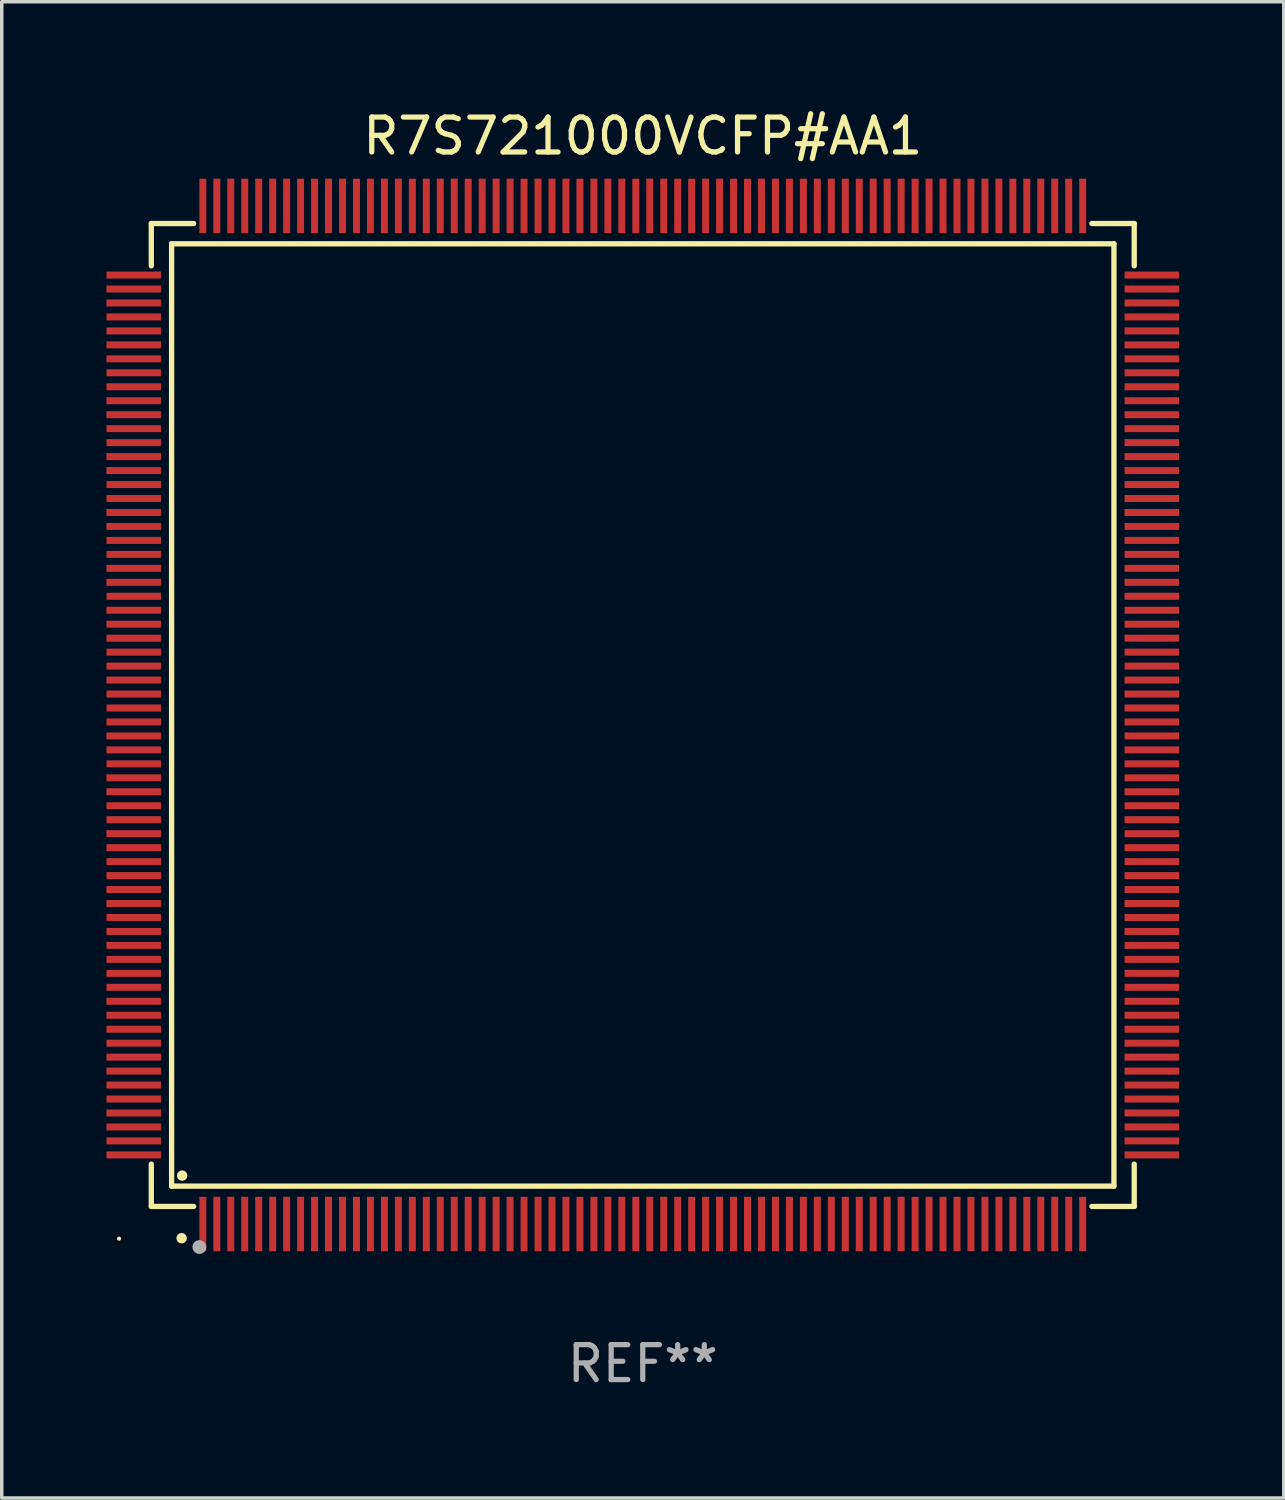
<source format=kicad_pcb>
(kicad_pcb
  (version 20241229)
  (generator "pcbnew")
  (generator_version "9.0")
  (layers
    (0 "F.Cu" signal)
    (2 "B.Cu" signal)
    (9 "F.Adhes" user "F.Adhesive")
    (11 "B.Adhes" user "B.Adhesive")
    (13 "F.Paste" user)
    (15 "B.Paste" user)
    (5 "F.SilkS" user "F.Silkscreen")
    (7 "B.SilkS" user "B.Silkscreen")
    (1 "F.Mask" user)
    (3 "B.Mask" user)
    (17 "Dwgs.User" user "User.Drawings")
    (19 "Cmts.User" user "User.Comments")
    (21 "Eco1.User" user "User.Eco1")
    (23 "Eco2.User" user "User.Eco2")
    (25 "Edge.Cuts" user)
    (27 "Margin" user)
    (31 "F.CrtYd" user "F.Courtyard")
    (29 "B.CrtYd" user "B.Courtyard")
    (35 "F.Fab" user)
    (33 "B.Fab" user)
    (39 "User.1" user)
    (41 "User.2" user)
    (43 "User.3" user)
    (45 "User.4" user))
  (footprint "R7S721000VCFP#AA1"
    (layer "F.Cu")
    (at 15.36 17.428)
    (property "Reference" "R7S721000VCFP#AA1" (at 0 -16.58 0) (layer "F.SilkS") (effects (font (size 1 1) (thickness 0.15))))
    (attr through_hole)
    (fp_line (start -14.076 -14.076) (end -14.076 -12.864) (stroke (width 0.152) (type solid)) (layer "F.SilkS"))
    (fp_line (start -14.076 14.076) (end -14.076 12.864) (stroke (width 0.152) (type solid)) (layer "F.SilkS"))
    (fp_line (start -13.495 -13.495) (end 13.495 -13.495) (stroke (width 0.152) (type solid)) (layer "F.SilkS"))
    (fp_line (start -13.495 13.495) (end -13.495 -13.495) (stroke (width 0.152) (type solid)) (layer "F.SilkS"))
    (fp_line (start -12.864 -14.076) (end -14.076 -14.076) (stroke (width 0.152) (type solid)) (layer "F.SilkS"))
    (fp_line (start -12.864 14.076) (end -14.076 14.076) (stroke (width 0.152) (type solid)) (layer "F.SilkS"))
    (fp_line (start 12.864 -14.076) (end 14.076 -14.076) (stroke (width 0.152) (type solid)) (layer "F.SilkS"))
    (fp_line (start 12.864 14.076) (end 14.076 14.076) (stroke (width 0.152) (type solid)) (layer "F.SilkS"))
    (fp_line (start 13.495 -13.495) (end 13.495 13.495) (stroke (width 0.152) (type solid)) (layer "F.SilkS"))
    (fp_line (start 13.495 13.495) (end -13.495 13.495) (stroke (width 0.152) (type solid)) (layer "F.SilkS"))
    (fp_line (start 14.076 -14.076) (end 14.076 -12.864) (stroke (width 0.152) (type solid)) (layer "F.SilkS"))
    (fp_line (start 14.076 14.076) (end 14.076 12.864) (stroke (width 0.152) (type solid)) (layer "F.SilkS"))
    (fp_circle (center -15 15) (end -14.97 15) (stroke (width 0.06) (type solid)) (fill no) (layer "F.SilkS"))
    (fp_circle (center -13.208 14.986) (end -13.133 14.986) (stroke (width 0.15) (type solid)) (fill no) (layer "F.SilkS"))
    (fp_circle (center -13.193 13.193) (end -13.118 13.193) (stroke (width 0.15) (type solid)) (fill no) (layer "F.SilkS"))
    (fp_circle (center -12.7 15.24) (end -12.6 15.24) (stroke (width 0.2) (type solid)) (fill no) (layer "F.Fab"))
    (fp_text user "REF**" (at 0 18.58 0) (layer "F.Fab") (effects (font (size 1 1) (thickness 0.15))))
    (pad "1" smd rect (at -12.6 14.58) (size 0.2 1.56) (layers "F.Cu" "F.Mask" "F.Paste"))
    (pad "2" smd rect (at -12.2 14.58) (size 0.2 1.56) (layers "F.Cu" "F.Mask" "F.Paste"))
    (pad "3" smd rect (at -11.8 14.58) (size 0.2 1.56) (layers "F.Cu" "F.Mask" "F.Paste"))
    (pad "4" smd rect (at -11.4 14.58) (size 0.2 1.56) (layers "F.Cu" "F.Mask" "F.Paste"))
    (pad "5" smd rect (at -11 14.58) (size 0.2 1.56) (layers "F.Cu" "F.Mask" "F.Paste"))
    (pad "6" smd rect (at -10.6 14.58) (size 0.2 1.56) (layers "F.Cu" "F.Mask" "F.Paste"))
    (pad "7" smd rect (at -10.2 14.58) (size 0.2 1.56) (layers "F.Cu" "F.Mask" "F.Paste"))
    (pad "8" smd rect (at -9.8 14.58) (size 0.2 1.56) (layers "F.Cu" "F.Mask" "F.Paste"))
    (pad "9" smd rect (at -9.4 14.58) (size 0.2 1.56) (layers "F.Cu" "F.Mask" "F.Paste"))
    (pad "10" smd rect (at -9 14.58) (size 0.2 1.56) (layers "F.Cu" "F.Mask" "F.Paste"))
    (pad "11" smd rect (at -8.6 14.58) (size 0.2 1.56) (layers "F.Cu" "F.Mask" "F.Paste"))
    (pad "12" smd rect (at -8.2 14.58) (size 0.2 1.56) (layers "F.Cu" "F.Mask" "F.Paste"))
    (pad "13" smd rect (at -7.8 14.58) (size 0.2 1.56) (layers "F.Cu" "F.Mask" "F.Paste"))
    (pad "14" smd rect (at -7.4 14.58) (size 0.2 1.56) (layers "F.Cu" "F.Mask" "F.Paste"))
    (pad "15" smd rect (at -7 14.58) (size 0.2 1.56) (layers "F.Cu" "F.Mask" "F.Paste"))
    (pad "16" smd rect (at -6.6 14.58) (size 0.2 1.56) (layers "F.Cu" "F.Mask" "F.Paste"))
    (pad "17" smd rect (at -6.2 14.58) (size 0.2 1.56) (layers "F.Cu" "F.Mask" "F.Paste"))
    (pad "18" smd rect (at -5.8 14.58) (size 0.2 1.56) (layers "F.Cu" "F.Mask" "F.Paste"))
    (pad "19" smd rect (at -5.4 14.58) (size 0.2 1.56) (layers "F.Cu" "F.Mask" "F.Paste"))
    (pad "20" smd rect (at -5 14.58) (size 0.2 1.56) (layers "F.Cu" "F.Mask" "F.Paste"))
    (pad "21" smd rect (at -4.6 14.58) (size 0.2 1.56) (layers "F.Cu" "F.Mask" "F.Paste"))
    (pad "22" smd rect (at -4.2 14.58) (size 0.2 1.56) (layers "F.Cu" "F.Mask" "F.Paste"))
    (pad "23" smd rect (at -3.8 14.58) (size 0.2 1.56) (layers "F.Cu" "F.Mask" "F.Paste"))
    (pad "24" smd rect (at -3.4 14.58) (size 0.2 1.56) (layers "F.Cu" "F.Mask" "F.Paste"))
    (pad "25" smd rect (at -3 14.58) (size 0.2 1.56) (layers "F.Cu" "F.Mask" "F.Paste"))
    (pad "26" smd rect (at -2.6 14.58) (size 0.2 1.56) (layers "F.Cu" "F.Mask" "F.Paste"))
    (pad "27" smd rect (at -2.2 14.58) (size 0.2 1.56) (layers "F.Cu" "F.Mask" "F.Paste"))
    (pad "28" smd rect (at -1.8 14.58) (size 0.2 1.56) (layers "F.Cu" "F.Mask" "F.Paste"))
    (pad "29" smd rect (at -1.4 14.58) (size 0.2 1.56) (layers "F.Cu" "F.Mask" "F.Paste"))
    (pad "30" smd rect (at -1 14.58) (size 0.2 1.56) (layers "F.Cu" "F.Mask" "F.Paste"))
    (pad "31" smd rect (at -0.6 14.58) (size 0.2 1.56) (layers "F.Cu" "F.Mask" "F.Paste"))
    (pad "32" smd rect (at -0.2 14.58) (size 0.2 1.56) (layers "F.Cu" "F.Mask" "F.Paste"))
    (pad "33" smd rect (at 0.2 14.58) (size 0.2 1.56) (layers "F.Cu" "F.Mask" "F.Paste"))
    (pad "34" smd rect (at 0.6 14.58) (size 0.2 1.56) (layers "F.Cu" "F.Mask" "F.Paste"))
    (pad "35" smd rect (at 1 14.58) (size 0.2 1.56) (layers "F.Cu" "F.Mask" "F.Paste"))
    (pad "36" smd rect (at 1.4 14.58) (size 0.2 1.56) (layers "F.Cu" "F.Mask" "F.Paste"))
    (pad "37" smd rect (at 1.8 14.58) (size 0.2 1.56) (layers "F.Cu" "F.Mask" "F.Paste"))
    (pad "38" smd rect (at 2.2 14.58) (size 0.2 1.56) (layers "F.Cu" "F.Mask" "F.Paste"))
    (pad "39" smd rect (at 2.6 14.58) (size 0.2 1.56) (layers "F.Cu" "F.Mask" "F.Paste"))
    (pad "40" smd rect (at 3 14.58) (size 0.2 1.56) (layers "F.Cu" "F.Mask" "F.Paste"))
    (pad "41" smd rect (at 3.4 14.58) (size 0.2 1.56) (layers "F.Cu" "F.Mask" "F.Paste"))
    (pad "42" smd rect (at 3.8 14.58) (size 0.2 1.56) (layers "F.Cu" "F.Mask" "F.Paste"))
    (pad "43" smd rect (at 4.2 14.58) (size 0.2 1.56) (layers "F.Cu" "F.Mask" "F.Paste"))
    (pad "44" smd rect (at 4.6 14.58) (size 0.2 1.56) (layers "F.Cu" "F.Mask" "F.Paste"))
    (pad "45" smd rect (at 5 14.58) (size 0.2 1.56) (layers "F.Cu" "F.Mask" "F.Paste"))
    (pad "46" smd rect (at 5.4 14.58) (size 0.2 1.56) (layers "F.Cu" "F.Mask" "F.Paste"))
    (pad "47" smd rect (at 5.8 14.58) (size 0.2 1.56) (layers "F.Cu" "F.Mask" "F.Paste"))
    (pad "48" smd rect (at 6.2 14.58) (size 0.2 1.56) (layers "F.Cu" "F.Mask" "F.Paste"))
    (pad "49" smd rect (at 6.6 14.58) (size 0.2 1.56) (layers "F.Cu" "F.Mask" "F.Paste"))
    (pad "50" smd rect (at 7 14.58) (size 0.2 1.56) (layers "F.Cu" "F.Mask" "F.Paste"))
    (pad "51" smd rect (at 7.4 14.58) (size 0.2 1.56) (layers "F.Cu" "F.Mask" "F.Paste"))
    (pad "52" smd rect (at 7.8 14.58) (size 0.2 1.56) (layers "F.Cu" "F.Mask" "F.Paste"))
    (pad "53" smd rect (at 8.2 14.58) (size 0.2 1.56) (layers "F.Cu" "F.Mask" "F.Paste"))
    (pad "54" smd rect (at 8.6 14.58) (size 0.2 1.56) (layers "F.Cu" "F.Mask" "F.Paste"))
    (pad "55" smd rect (at 9 14.58) (size 0.2 1.56) (layers "F.Cu" "F.Mask" "F.Paste"))
    (pad "56" smd rect (at 9.4 14.58) (size 0.2 1.56) (layers "F.Cu" "F.Mask" "F.Paste"))
    (pad "57" smd rect (at 9.8 14.58) (size 0.2 1.56) (layers "F.Cu" "F.Mask" "F.Paste"))
    (pad "58" smd rect (at 10.2 14.58) (size 0.2 1.56) (layers "F.Cu" "F.Mask" "F.Paste"))
    (pad "59" smd rect (at 10.6 14.58) (size 0.2 1.56) (layers "F.Cu" "F.Mask" "F.Paste"))
    (pad "60" smd rect (at 11 14.58) (size 0.2 1.56) (layers "F.Cu" "F.Mask" "F.Paste"))
    (pad "61" smd rect (at 11.4 14.58) (size 0.2 1.56) (layers "F.Cu" "F.Mask" "F.Paste"))
    (pad "62" smd rect (at 11.8 14.58) (size 0.2 1.56) (layers "F.Cu" "F.Mask" "F.Paste"))
    (pad "63" smd rect (at 12.2 14.58) (size 0.2 1.56) (layers "F.Cu" "F.Mask" "F.Paste"))
    (pad "64" smd rect (at 12.6 14.58) (size 0.2 1.56) (layers "F.Cu" "F.Mask" "F.Paste"))
    (pad "65" smd rect (at 14.58 12.6) (size 1.56 0.2) (layers "F.Cu" "F.Mask" "F.Paste"))
    (pad "66" smd rect (at 14.58 12.2) (size 1.56 0.2) (layers "F.Cu" "F.Mask" "F.Paste"))
    (pad "67" smd rect (at 14.58 11.8) (size 1.56 0.2) (layers "F.Cu" "F.Mask" "F.Paste"))
    (pad "68" smd rect (at 14.58 11.4) (size 1.56 0.2) (layers "F.Cu" "F.Mask" "F.Paste"))
    (pad "69" smd rect (at 14.58 11) (size 1.56 0.2) (layers "F.Cu" "F.Mask" "F.Paste"))
    (pad "70" smd rect (at 14.58 10.6) (size 1.56 0.2) (layers "F.Cu" "F.Mask" "F.Paste"))
    (pad "71" smd rect (at 14.58 10.2) (size 1.56 0.2) (layers "F.Cu" "F.Mask" "F.Paste"))
    (pad "72" smd rect (at 14.58 9.8) (size 1.56 0.2) (layers "F.Cu" "F.Mask" "F.Paste"))
    (pad "73" smd rect (at 14.58 9.4) (size 1.56 0.2) (layers "F.Cu" "F.Mask" "F.Paste"))
    (pad "74" smd rect (at 14.58 9) (size 1.56 0.2) (layers "F.Cu" "F.Mask" "F.Paste"))
    (pad "75" smd rect (at 14.58 8.6) (size 1.56 0.2) (layers "F.Cu" "F.Mask" "F.Paste"))
    (pad "76" smd rect (at 14.58 8.2) (size 1.56 0.2) (layers "F.Cu" "F.Mask" "F.Paste"))
    (pad "77" smd rect (at 14.58 7.8) (size 1.56 0.2) (layers "F.Cu" "F.Mask" "F.Paste"))
    (pad "78" smd rect (at 14.58 7.4) (size 1.56 0.2) (layers "F.Cu" "F.Mask" "F.Paste"))
    (pad "79" smd rect (at 14.58 7) (size 1.56 0.2) (layers "F.Cu" "F.Mask" "F.Paste"))
    (pad "80" smd rect (at 14.58 6.6) (size 1.56 0.2) (layers "F.Cu" "F.Mask" "F.Paste"))
    (pad "81" smd rect (at 14.58 6.2) (size 1.56 0.2) (layers "F.Cu" "F.Mask" "F.Paste"))
    (pad "82" smd rect (at 14.58 5.8) (size 1.56 0.2) (layers "F.Cu" "F.Mask" "F.Paste"))
    (pad "83" smd rect (at 14.58 5.4) (size 1.56 0.2) (layers "F.Cu" "F.Mask" "F.Paste"))
    (pad "84" smd rect (at 14.58 5) (size 1.56 0.2) (layers "F.Cu" "F.Mask" "F.Paste"))
    (pad "85" smd rect (at 14.58 4.6) (size 1.56 0.2) (layers "F.Cu" "F.Mask" "F.Paste"))
    (pad "86" smd rect (at 14.58 4.2) (size 1.56 0.2) (layers "F.Cu" "F.Mask" "F.Paste"))
    (pad "87" smd rect (at 14.58 3.8) (size 1.56 0.2) (layers "F.Cu" "F.Mask" "F.Paste"))
    (pad "88" smd rect (at 14.58 3.4) (size 1.56 0.2) (layers "F.Cu" "F.Mask" "F.Paste"))
    (pad "89" smd rect (at 14.58 3) (size 1.56 0.2) (layers "F.Cu" "F.Mask" "F.Paste"))
    (pad "90" smd rect (at 14.58 2.6) (size 1.56 0.2) (layers "F.Cu" "F.Mask" "F.Paste"))
    (pad "91" smd rect (at 14.58 2.2) (size 1.56 0.2) (layers "F.Cu" "F.Mask" "F.Paste"))
    (pad "92" smd rect (at 14.58 1.8) (size 1.56 0.2) (layers "F.Cu" "F.Mask" "F.Paste"))
    (pad "93" smd rect (at 14.58 1.4) (size 1.56 0.2) (layers "F.Cu" "F.Mask" "F.Paste"))
    (pad "94" smd rect (at 14.58 1) (size 1.56 0.2) (layers "F.Cu" "F.Mask" "F.Paste"))
    (pad "95" smd rect (at 14.58 0.6) (size 1.56 0.2) (layers "F.Cu" "F.Mask" "F.Paste"))
    (pad "96" smd rect (at 14.58 0.2) (size 1.56 0.2) (layers "F.Cu" "F.Mask" "F.Paste"))
    (pad "97" smd rect (at 14.58 -0.2) (size 1.56 0.2) (layers "F.Cu" "F.Mask" "F.Paste"))
    (pad "98" smd rect (at 14.58 -0.6) (size 1.56 0.2) (layers "F.Cu" "F.Mask" "F.Paste"))
    (pad "99" smd rect (at 14.58 -1) (size 1.56 0.2) (layers "F.Cu" "F.Mask" "F.Paste"))
    (pad "100" smd rect (at 14.58 -1.4) (size 1.56 0.2) (layers "F.Cu" "F.Mask" "F.Paste"))
    (pad "101" smd rect (at 14.58 -1.8) (size 1.56 0.2) (layers "F.Cu" "F.Mask" "F.Paste"))
    (pad "102" smd rect (at 14.58 -2.2) (size 1.56 0.2) (layers "F.Cu" "F.Mask" "F.Paste"))
    (pad "103" smd rect (at 14.58 -2.6) (size 1.56 0.2) (layers "F.Cu" "F.Mask" "F.Paste"))
    (pad "104" smd rect (at 14.58 -3) (size 1.56 0.2) (layers "F.Cu" "F.Mask" "F.Paste"))
    (pad "105" smd rect (at 14.58 -3.4) (size 1.56 0.2) (layers "F.Cu" "F.Mask" "F.Paste"))
    (pad "106" smd rect (at 14.58 -3.8) (size 1.56 0.2) (layers "F.Cu" "F.Mask" "F.Paste"))
    (pad "107" smd rect (at 14.58 -4.2) (size 1.56 0.2) (layers "F.Cu" "F.Mask" "F.Paste"))
    (pad "108" smd rect (at 14.58 -4.6) (size 1.56 0.2) (layers "F.Cu" "F.Mask" "F.Paste"))
    (pad "109" smd rect (at 14.58 -5) (size 1.56 0.2) (layers "F.Cu" "F.Mask" "F.Paste"))
    (pad "110" smd rect (at 14.58 -5.4) (size 1.56 0.2) (layers "F.Cu" "F.Mask" "F.Paste"))
    (pad "111" smd rect (at 14.58 -5.8) (size 1.56 0.2) (layers "F.Cu" "F.Mask" "F.Paste"))
    (pad "112" smd rect (at 14.58 -6.2) (size 1.56 0.2) (layers "F.Cu" "F.Mask" "F.Paste"))
    (pad "113" smd rect (at 14.58 -6.6) (size 1.56 0.2) (layers "F.Cu" "F.Mask" "F.Paste"))
    (pad "114" smd rect (at 14.58 -7) (size 1.56 0.2) (layers "F.Cu" "F.Mask" "F.Paste"))
    (pad "115" smd rect (at 14.58 -7.4) (size 1.56 0.2) (layers "F.Cu" "F.Mask" "F.Paste"))
    (pad "116" smd rect (at 14.58 -7.8) (size 1.56 0.2) (layers "F.Cu" "F.Mask" "F.Paste"))
    (pad "117" smd rect (at 14.58 -8.2) (size 1.56 0.2) (layers "F.Cu" "F.Mask" "F.Paste"))
    (pad "118" smd rect (at 14.58 -8.6) (size 1.56 0.2) (layers "F.Cu" "F.Mask" "F.Paste"))
    (pad "119" smd rect (at 14.58 -9) (size 1.56 0.2) (layers "F.Cu" "F.Mask" "F.Paste"))
    (pad "120" smd rect (at 14.58 -9.4) (size 1.56 0.2) (layers "F.Cu" "F.Mask" "F.Paste"))
    (pad "121" smd rect (at 14.58 -9.8) (size 1.56 0.2) (layers "F.Cu" "F.Mask" "F.Paste"))
    (pad "122" smd rect (at 14.58 -10.2) (size 1.56 0.2) (layers "F.Cu" "F.Mask" "F.Paste"))
    (pad "123" smd rect (at 14.58 -10.6) (size 1.56 0.2) (layers "F.Cu" "F.Mask" "F.Paste"))
    (pad "124" smd rect (at 14.58 -11) (size 1.56 0.2) (layers "F.Cu" "F.Mask" "F.Paste"))
    (pad "125" smd rect (at 14.58 -11.4) (size 1.56 0.2) (layers "F.Cu" "F.Mask" "F.Paste"))
    (pad "126" smd rect (at 14.58 -11.8) (size 1.56 0.2) (layers "F.Cu" "F.Mask" "F.Paste"))
    (pad "127" smd rect (at 14.58 -12.2) (size 1.56 0.2) (layers "F.Cu" "F.Mask" "F.Paste"))
    (pad "128" smd rect (at 14.58 -12.6) (size 1.56 0.2) (layers "F.Cu" "F.Mask" "F.Paste"))
    (pad "129" smd rect (at 12.6 -14.58) (size 0.2 1.56) (layers "F.Cu" "F.Mask" "F.Paste"))
    (pad "130" smd rect (at 12.2 -14.58) (size 0.2 1.56) (layers "F.Cu" "F.Mask" "F.Paste"))
    (pad "131" smd rect (at 11.8 -14.58) (size 0.2 1.56) (layers "F.Cu" "F.Mask" "F.Paste"))
    (pad "132" smd rect (at 11.4 -14.58) (size 0.2 1.56) (layers "F.Cu" "F.Mask" "F.Paste"))
    (pad "133" smd rect (at 11 -14.58) (size 0.2 1.56) (layers "F.Cu" "F.Mask" "F.Paste"))
    (pad "134" smd rect (at 10.6 -14.58) (size 0.2 1.56) (layers "F.Cu" "F.Mask" "F.Paste"))
    (pad "135" smd rect (at 10.2 -14.58) (size 0.2 1.56) (layers "F.Cu" "F.Mask" "F.Paste"))
    (pad "136" smd rect (at 9.8 -14.58) (size 0.2 1.56) (layers "F.Cu" "F.Mask" "F.Paste"))
    (pad "137" smd rect (at 9.4 -14.58) (size 0.2 1.56) (layers "F.Cu" "F.Mask" "F.Paste"))
    (pad "138" smd rect (at 9 -14.58) (size 0.2 1.56) (layers "F.Cu" "F.Mask" "F.Paste"))
    (pad "139" smd rect (at 8.6 -14.58) (size 0.2 1.56) (layers "F.Cu" "F.Mask" "F.Paste"))
    (pad "140" smd rect (at 8.2 -14.58) (size 0.2 1.56) (layers "F.Cu" "F.Mask" "F.Paste"))
    (pad "141" smd rect (at 7.8 -14.58) (size 0.2 1.56) (layers "F.Cu" "F.Mask" "F.Paste"))
    (pad "142" smd rect (at 7.4 -14.58) (size 0.2 1.56) (layers "F.Cu" "F.Mask" "F.Paste"))
    (pad "143" smd rect (at 7 -14.58) (size 0.2 1.56) (layers "F.Cu" "F.Mask" "F.Paste"))
    (pad "144" smd rect (at 6.6 -14.58) (size 0.2 1.56) (layers "F.Cu" "F.Mask" "F.Paste"))
    (pad "145" smd rect (at 6.2 -14.58) (size 0.2 1.56) (layers "F.Cu" "F.Mask" "F.Paste"))
    (pad "146" smd rect (at 5.8 -14.58) (size 0.2 1.56) (layers "F.Cu" "F.Mask" "F.Paste"))
    (pad "147" smd rect (at 5.4 -14.58) (size 0.2 1.56) (layers "F.Cu" "F.Mask" "F.Paste"))
    (pad "148" smd rect (at 5 -14.58) (size 0.2 1.56) (layers "F.Cu" "F.Mask" "F.Paste"))
    (pad "149" smd rect (at 4.6 -14.58) (size 0.2 1.56) (layers "F.Cu" "F.Mask" "F.Paste"))
    (pad "150" smd rect (at 4.2 -14.58) (size 0.2 1.56) (layers "F.Cu" "F.Mask" "F.Paste"))
    (pad "151" smd rect (at 3.8 -14.58) (size 0.2 1.56) (layers "F.Cu" "F.Mask" "F.Paste"))
    (pad "152" smd rect (at 3.4 -14.58) (size 0.2 1.56) (layers "F.Cu" "F.Mask" "F.Paste"))
    (pad "153" smd rect (at 3 -14.58) (size 0.2 1.56) (layers "F.Cu" "F.Mask" "F.Paste"))
    (pad "154" smd rect (at 2.6 -14.58) (size 0.2 1.56) (layers "F.Cu" "F.Mask" "F.Paste"))
    (pad "155" smd rect (at 2.2 -14.58) (size 0.2 1.56) (layers "F.Cu" "F.Mask" "F.Paste"))
    (pad "156" smd rect (at 1.8 -14.58) (size 0.2 1.56) (layers "F.Cu" "F.Mask" "F.Paste"))
    (pad "157" smd rect (at 1.4 -14.58) (size 0.2 1.56) (layers "F.Cu" "F.Mask" "F.Paste"))
    (pad "158" smd rect (at 1 -14.58) (size 0.2 1.56) (layers "F.Cu" "F.Mask" "F.Paste"))
    (pad "159" smd rect (at 0.6 -14.58) (size 0.2 1.56) (layers "F.Cu" "F.Mask" "F.Paste"))
    (pad "160" smd rect (at 0.2 -14.58) (size 0.2 1.56) (layers "F.Cu" "F.Mask" "F.Paste"))
    (pad "161" smd rect (at -0.2 -14.58) (size 0.2 1.56) (layers "F.Cu" "F.Mask" "F.Paste"))
    (pad "162" smd rect (at -0.6 -14.58) (size 0.2 1.56) (layers "F.Cu" "F.Mask" "F.Paste"))
    (pad "163" smd rect (at -1 -14.58) (size 0.2 1.56) (layers "F.Cu" "F.Mask" "F.Paste"))
    (pad "164" smd rect (at -1.4 -14.58) (size 0.2 1.56) (layers "F.Cu" "F.Mask" "F.Paste"))
    (pad "165" smd rect (at -1.8 -14.58) (size 0.2 1.56) (layers "F.Cu" "F.Mask" "F.Paste"))
    (pad "166" smd rect (at -2.2 -14.58) (size 0.2 1.56) (layers "F.Cu" "F.Mask" "F.Paste"))
    (pad "167" smd rect (at -2.6 -14.58) (size 0.2 1.56) (layers "F.Cu" "F.Mask" "F.Paste"))
    (pad "168" smd rect (at -3 -14.58) (size 0.2 1.56) (layers "F.Cu" "F.Mask" "F.Paste"))
    (pad "169" smd rect (at -3.4 -14.58) (size 0.2 1.56) (layers "F.Cu" "F.Mask" "F.Paste"))
    (pad "170" smd rect (at -3.8 -14.58) (size 0.2 1.56) (layers "F.Cu" "F.Mask" "F.Paste"))
    (pad "171" smd rect (at -4.2 -14.58) (size 0.2 1.56) (layers "F.Cu" "F.Mask" "F.Paste"))
    (pad "172" smd rect (at -4.6 -14.58) (size 0.2 1.56) (layers "F.Cu" "F.Mask" "F.Paste"))
    (pad "173" smd rect (at -5 -14.58) (size 0.2 1.56) (layers "F.Cu" "F.Mask" "F.Paste"))
    (pad "174" smd rect (at -5.4 -14.58) (size 0.2 1.56) (layers "F.Cu" "F.Mask" "F.Paste"))
    (pad "175" smd rect (at -5.8 -14.58) (size 0.2 1.56) (layers "F.Cu" "F.Mask" "F.Paste"))
    (pad "176" smd rect (at -6.2 -14.58) (size 0.2 1.56) (layers "F.Cu" "F.Mask" "F.Paste"))
    (pad "177" smd rect (at -6.6 -14.58) (size 0.2 1.56) (layers "F.Cu" "F.Mask" "F.Paste"))
    (pad "178" smd rect (at -7 -14.58) (size 0.2 1.56) (layers "F.Cu" "F.Mask" "F.Paste"))
    (pad "179" smd rect (at -7.4 -14.58) (size 0.2 1.56) (layers "F.Cu" "F.Mask" "F.Paste"))
    (pad "180" smd rect (at -7.8 -14.58) (size 0.2 1.56) (layers "F.Cu" "F.Mask" "F.Paste"))
    (pad "181" smd rect (at -8.2 -14.58) (size 0.2 1.56) (layers "F.Cu" "F.Mask" "F.Paste"))
    (pad "182" smd rect (at -8.6 -14.58) (size 0.2 1.56) (layers "F.Cu" "F.Mask" "F.Paste"))
    (pad "183" smd rect (at -9 -14.58) (size 0.2 1.56) (layers "F.Cu" "F.Mask" "F.Paste"))
    (pad "184" smd rect (at -9.4 -14.58) (size 0.2 1.56) (layers "F.Cu" "F.Mask" "F.Paste"))
    (pad "185" smd rect (at -9.8 -14.58) (size 0.2 1.56) (layers "F.Cu" "F.Mask" "F.Paste"))
    (pad "186" smd rect (at -10.2 -14.58) (size 0.2 1.56) (layers "F.Cu" "F.Mask" "F.Paste"))
    (pad "187" smd rect (at -10.6 -14.58) (size 0.2 1.56) (layers "F.Cu" "F.Mask" "F.Paste"))
    (pad "188" smd rect (at -11 -14.58) (size 0.2 1.56) (layers "F.Cu" "F.Mask" "F.Paste"))
    (pad "189" smd rect (at -11.4 -14.58) (size 0.2 1.56) (layers "F.Cu" "F.Mask" "F.Paste"))
    (pad "190" smd rect (at -11.8 -14.58) (size 0.2 1.56) (layers "F.Cu" "F.Mask" "F.Paste"))
    (pad "191" smd rect (at -12.2 -14.58) (size 0.2 1.56) (layers "F.Cu" "F.Mask" "F.Paste"))
    (pad "192" smd rect (at -12.6 -14.58) (size 0.2 1.56) (layers "F.Cu" "F.Mask" "F.Paste"))
    (pad "193" smd rect (at -14.58 -12.6) (size 1.56 0.2) (layers "F.Cu" "F.Mask" "F.Paste"))
    (pad "194" smd rect (at -14.58 -12.2) (size 1.56 0.2) (layers "F.Cu" "F.Mask" "F.Paste"))
    (pad "195" smd rect (at -14.58 -11.8) (size 1.56 0.2) (layers "F.Cu" "F.Mask" "F.Paste"))
    (pad "196" smd rect (at -14.58 -11.4) (size 1.56 0.2) (layers "F.Cu" "F.Mask" "F.Paste"))
    (pad "197" smd rect (at -14.58 -11) (size 1.56 0.2) (layers "F.Cu" "F.Mask" "F.Paste"))
    (pad "198" smd rect (at -14.58 -10.6) (size 1.56 0.2) (layers "F.Cu" "F.Mask" "F.Paste"))
    (pad "199" smd rect (at -14.58 -10.2) (size 1.56 0.2) (layers "F.Cu" "F.Mask" "F.Paste"))
    (pad "200" smd rect (at -14.58 -9.8) (size 1.56 0.2) (layers "F.Cu" "F.Mask" "F.Paste"))
    (pad "201" smd rect (at -14.58 -9.4) (size 1.56 0.2) (layers "F.Cu" "F.Mask" "F.Paste"))
    (pad "202" smd rect (at -14.58 -9) (size 1.56 0.2) (layers "F.Cu" "F.Mask" "F.Paste"))
    (pad "203" smd rect (at -14.58 -8.6) (size 1.56 0.2) (layers "F.Cu" "F.Mask" "F.Paste"))
    (pad "204" smd rect (at -14.58 -8.2) (size 1.56 0.2) (layers "F.Cu" "F.Mask" "F.Paste"))
    (pad "205" smd rect (at -14.58 -7.8) (size 1.56 0.2) (layers "F.Cu" "F.Mask" "F.Paste"))
    (pad "206" smd rect (at -14.58 -7.4) (size 1.56 0.2) (layers "F.Cu" "F.Mask" "F.Paste"))
    (pad "207" smd rect (at -14.58 -7) (size 1.56 0.2) (layers "F.Cu" "F.Mask" "F.Paste"))
    (pad "208" smd rect (at -14.58 -6.6) (size 1.56 0.2) (layers "F.Cu" "F.Mask" "F.Paste"))
    (pad "209" smd rect (at -14.58 -6.2) (size 1.56 0.2) (layers "F.Cu" "F.Mask" "F.Paste"))
    (pad "210" smd rect (at -14.58 -5.8) (size 1.56 0.2) (layers "F.Cu" "F.Mask" "F.Paste"))
    (pad "211" smd rect (at -14.58 -5.4) (size 1.56 0.2) (layers "F.Cu" "F.Mask" "F.Paste"))
    (pad "212" smd rect (at -14.58 -5) (size 1.56 0.2) (layers "F.Cu" "F.Mask" "F.Paste"))
    (pad "213" smd rect (at -14.58 -4.6) (size 1.56 0.2) (layers "F.Cu" "F.Mask" "F.Paste"))
    (pad "214" smd rect (at -14.58 -4.2) (size 1.56 0.2) (layers "F.Cu" "F.Mask" "F.Paste"))
    (pad "215" smd rect (at -14.58 -3.8) (size 1.56 0.2) (layers "F.Cu" "F.Mask" "F.Paste"))
    (pad "216" smd rect (at -14.58 -3.4) (size 1.56 0.2) (layers "F.Cu" "F.Mask" "F.Paste"))
    (pad "217" smd rect (at -14.58 -3) (size 1.56 0.2) (layers "F.Cu" "F.Mask" "F.Paste"))
    (pad "218" smd rect (at -14.58 -2.6) (size 1.56 0.2) (layers "F.Cu" "F.Mask" "F.Paste"))
    (pad "219" smd rect (at -14.58 -2.2) (size 1.56 0.2) (layers "F.Cu" "F.Mask" "F.Paste"))
    (pad "220" smd rect (at -14.58 -1.8) (size 1.56 0.2) (layers "F.Cu" "F.Mask" "F.Paste"))
    (pad "221" smd rect (at -14.58 -1.4) (size 1.56 0.2) (layers "F.Cu" "F.Mask" "F.Paste"))
    (pad "222" smd rect (at -14.58 -1) (size 1.56 0.2) (layers "F.Cu" "F.Mask" "F.Paste"))
    (pad "223" smd rect (at -14.58 -0.6) (size 1.56 0.2) (layers "F.Cu" "F.Mask" "F.Paste"))
    (pad "224" smd rect (at -14.58 -0.2) (size 1.56 0.2) (layers "F.Cu" "F.Mask" "F.Paste"))
    (pad "225" smd rect (at -14.58 0.2) (size 1.56 0.2) (layers "F.Cu" "F.Mask" "F.Paste"))
    (pad "226" smd rect (at -14.58 0.6) (size 1.56 0.2) (layers "F.Cu" "F.Mask" "F.Paste"))
    (pad "227" smd rect (at -14.58 1) (size 1.56 0.2) (layers "F.Cu" "F.Mask" "F.Paste"))
    (pad "228" smd rect (at -14.58 1.4) (size 1.56 0.2) (layers "F.Cu" "F.Mask" "F.Paste"))
    (pad "229" smd rect (at -14.58 1.8) (size 1.56 0.2) (layers "F.Cu" "F.Mask" "F.Paste"))
    (pad "230" smd rect (at -14.58 2.2) (size 1.56 0.2) (layers "F.Cu" "F.Mask" "F.Paste"))
    (pad "231" smd rect (at -14.58 2.6) (size 1.56 0.2) (layers "F.Cu" "F.Mask" "F.Paste"))
    (pad "232" smd rect (at -14.58 3) (size 1.56 0.2) (layers "F.Cu" "F.Mask" "F.Paste"))
    (pad "233" smd rect (at -14.58 3.4) (size 1.56 0.2) (layers "F.Cu" "F.Mask" "F.Paste"))
    (pad "234" smd rect (at -14.58 3.8) (size 1.56 0.2) (layers "F.Cu" "F.Mask" "F.Paste"))
    (pad "235" smd rect (at -14.58 4.2) (size 1.56 0.2) (layers "F.Cu" "F.Mask" "F.Paste"))
    (pad "236" smd rect (at -14.58 4.6) (size 1.56 0.2) (layers "F.Cu" "F.Mask" "F.Paste"))
    (pad "237" smd rect (at -14.58 5) (size 1.56 0.2) (layers "F.Cu" "F.Mask" "F.Paste"))
    (pad "238" smd rect (at -14.58 5.4) (size 1.56 0.2) (layers "F.Cu" "F.Mask" "F.Paste"))
    (pad "239" smd rect (at -14.58 5.8) (size 1.56 0.2) (layers "F.Cu" "F.Mask" "F.Paste"))
    (pad "240" smd rect (at -14.58 6.2) (size 1.56 0.2) (layers "F.Cu" "F.Mask" "F.Paste"))
    (pad "241" smd rect (at -14.58 6.6) (size 1.56 0.2) (layers "F.Cu" "F.Mask" "F.Paste"))
    (pad "242" smd rect (at -14.58 7) (size 1.56 0.2) (layers "F.Cu" "F.Mask" "F.Paste"))
    (pad "243" smd rect (at -14.58 7.4) (size 1.56 0.2) (layers "F.Cu" "F.Mask" "F.Paste"))
    (pad "244" smd rect (at -14.58 7.8) (size 1.56 0.2) (layers "F.Cu" "F.Mask" "F.Paste"))
    (pad "245" smd rect (at -14.58 8.2) (size 1.56 0.2) (layers "F.Cu" "F.Mask" "F.Paste"))
    (pad "246" smd rect (at -14.58 8.6) (size 1.56 0.2) (layers "F.Cu" "F.Mask" "F.Paste"))
    (pad "247" smd rect (at -14.58 9) (size 1.56 0.2) (layers "F.Cu" "F.Mask" "F.Paste"))
    (pad "248" smd rect (at -14.58 9.4) (size 1.56 0.2) (layers "F.Cu" "F.Mask" "F.Paste"))
    (pad "249" smd rect (at -14.58 9.8) (size 1.56 0.2) (layers "F.Cu" "F.Mask" "F.Paste"))
    (pad "250" smd rect (at -14.58 10.2) (size 1.56 0.2) (layers "F.Cu" "F.Mask" "F.Paste"))
    (pad "251" smd rect (at -14.58 10.6) (size 1.56 0.2) (layers "F.Cu" "F.Mask" "F.Paste"))
    (pad "252" smd rect (at -14.58 11) (size 1.56 0.2) (layers "F.Cu" "F.Mask" "F.Paste"))
    (pad "253" smd rect (at -14.58 11.4) (size 1.56 0.2) (layers "F.Cu" "F.Mask" "F.Paste"))
    (pad "254" smd rect (at -14.58 11.8) (size 1.56 0.2) (layers "F.Cu" "F.Mask" "F.Paste"))
    (pad "255" smd rect (at -14.58 12.2) (size 1.56 0.2) (layers "F.Cu" "F.Mask" "F.Paste"))
    (pad "256" smd rect (at -14.58 12.6) (size 1.56 0.2) (layers "F.Cu" "F.Mask" "F.Paste")))
  (gr_rect
    (start -3 -3)
    (end 33.72 39.856)
    (stroke (width 0.1) (type default))
    (fill no)
    (layer "Edge.Cuts")))
</source>
